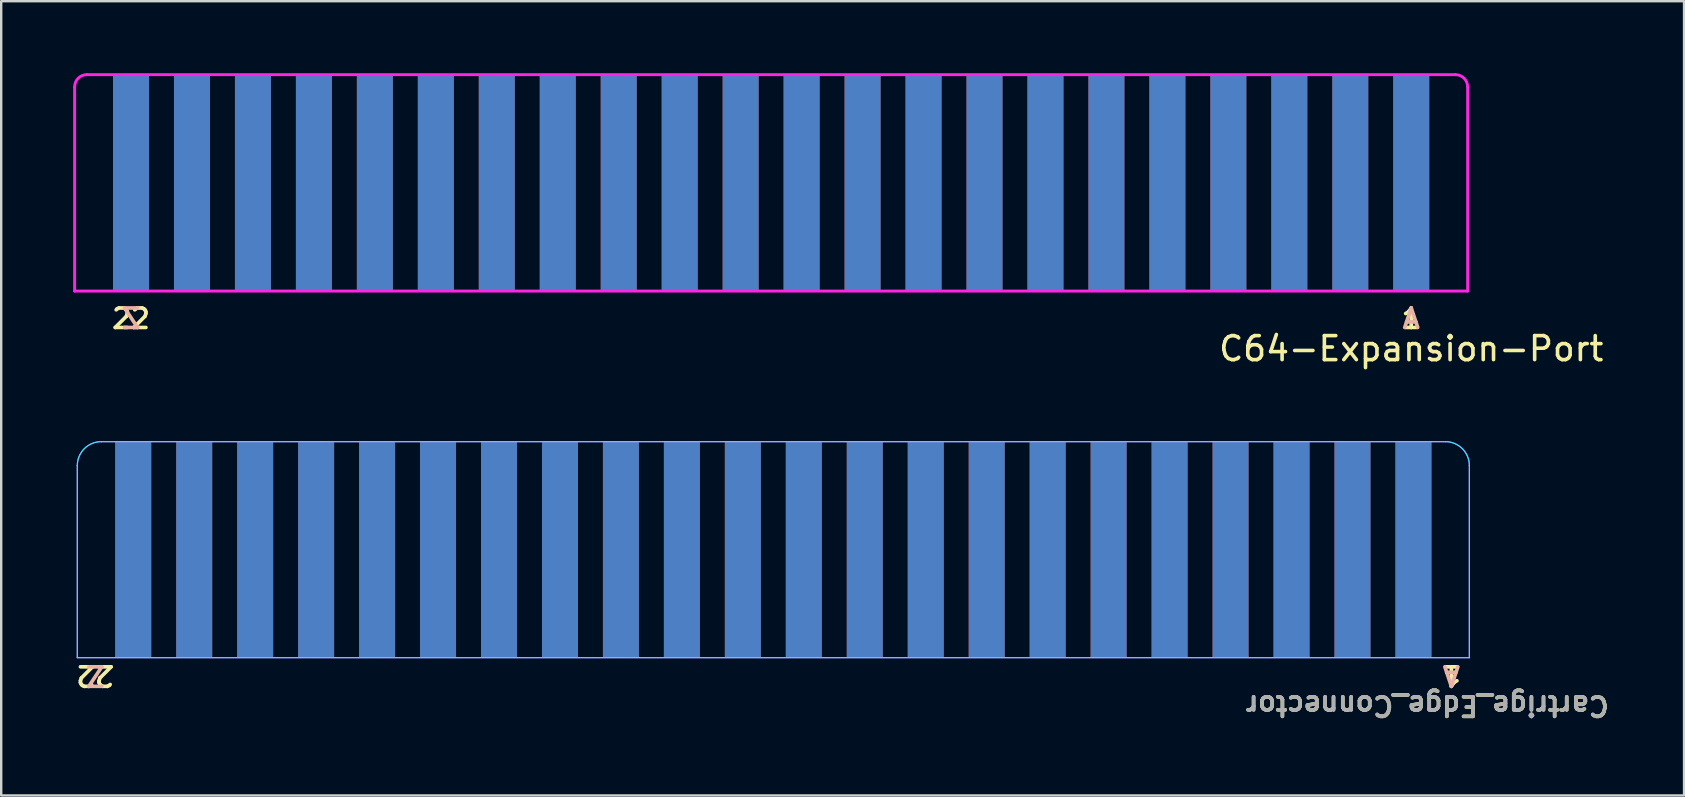
<source format=kicad_pcb>
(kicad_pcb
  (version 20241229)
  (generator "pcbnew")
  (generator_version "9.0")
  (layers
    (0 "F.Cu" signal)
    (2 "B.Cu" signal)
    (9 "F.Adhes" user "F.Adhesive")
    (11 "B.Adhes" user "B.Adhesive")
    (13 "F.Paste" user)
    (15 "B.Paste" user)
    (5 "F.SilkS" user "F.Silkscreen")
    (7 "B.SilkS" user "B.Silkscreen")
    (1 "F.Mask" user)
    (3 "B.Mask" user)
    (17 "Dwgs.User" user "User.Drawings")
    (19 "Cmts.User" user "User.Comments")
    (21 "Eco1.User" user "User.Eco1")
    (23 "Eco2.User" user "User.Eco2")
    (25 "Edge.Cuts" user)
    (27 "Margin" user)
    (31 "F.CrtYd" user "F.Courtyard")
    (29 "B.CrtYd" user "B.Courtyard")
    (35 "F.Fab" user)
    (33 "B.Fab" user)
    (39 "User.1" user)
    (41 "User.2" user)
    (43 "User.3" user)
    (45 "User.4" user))
  (footprint "C64-Expansion-Port"
    (layer "F.Cu")
    (at 29.079 4.569)
    (property "Reference" "C64-Expansion-Port" (at 26.67 6.909 0) (layer "F.SilkS") (effects (font (size 1 1) (thickness 0.15))))
    (attr through_hole)
    (fp_poly (pts (xy -29 4.5) (xy 29 4.5) (xy 29 -4.5) (xy -29 -4.5)) (stroke (width 0) (type solid)) (fill yes) (layer "F.Mask"))
    (fp_poly (pts (xy -29 4.5) (xy 29 4.5) (xy 29 -4.5) (xy -29 -4.5)) (stroke (width 0) (type solid)) (fill yes) (layer "B.Mask"))
    (fp_line (start -29.02 4.508) (end -29.02 -4) (stroke (width 0.12) (type solid)) (layer "F.CrtYd"))
    (fp_line (start -28.512 -4.508) (end 28.512 -4.508) (stroke (width 0.12) (type solid)) (layer "F.CrtYd"))
    (fp_line (start 29.02 -4) (end 29.02 4.508) (stroke (width 0.12) (type solid)) (layer "F.CrtYd"))
    (fp_line (start 29.02 4.508) (end -29.02 4.508) (stroke (width 0.12) (type solid)) (layer "F.CrtYd"))
    (fp_arc (start -29.0195 -4.0005) (mid -28.87071 -4.35971) (end -28.5115 -4.5085) (stroke (width 0.12) (type solid)) (layer "F.CrtYd"))
    (fp_arc (start 28.5115 -4.5085) (mid 28.87071 -4.35971) (end 29.0195 -4.0005) (stroke (width 0.12) (type solid)) (layer "F.CrtYd"))
    (fp_text user "22" (at -26.67 6.132 0) (layer "F.SilkS") (effects (font (size 0.813 0.813) (thickness 0.152)) (justify bottom)))
    (fp_text user "1" (at 26.67 6.132 0) (layer "F.SilkS") (effects (font (size 0.813 0.813) (thickness 0.152)) (justify bottom)))
    (fp_text user "Z" (at -26.67 6.132 0) (layer "B.SilkS") (effects (font (size 0.813 0.813) (thickness 0.152)) (justify bottom mirror)))
    (fp_text user "A" (at 26.67 6.132 0) (layer "B.SilkS") (effects (font (size 0.813 0.813) (thickness 0.152)) (justify bottom mirror)))
    (pad "1" smd rect (at 26.67 0) (size 1.5 9) (layers "F.Cu" "F.Mask"))
    (pad "2" smd rect (at 24.13 0) (size 1.5 9) (layers "F.Cu" "F.Mask"))
    (pad "3" smd rect (at 21.59 0) (size 1.5 9) (layers "F.Cu" "F.Mask"))
    (pad "4" smd rect (at 19.05 0) (size 1.5 9) (layers "F.Cu" "F.Mask"))
    (pad "5" smd rect (at 16.51 0) (size 1.5 9) (layers "F.Cu" "F.Mask"))
    (pad "6" smd rect (at 13.97 0) (size 1.5 9) (layers "F.Cu" "F.Mask"))
    (pad "7" smd rect (at 11.43 0) (size 1.5 9) (layers "F.Cu" "F.Mask"))
    (pad "8" smd rect (at 8.89 0) (size 1.5 9) (layers "F.Cu" "F.Mask"))
    (pad "9" smd rect (at 6.35 0) (size 1.5 9) (layers "F.Cu" "F.Mask"))
    (pad "10" smd rect (at 3.81 0) (size 1.5 9) (layers "F.Cu" "F.Mask"))
    (pad "11" smd rect (at 1.27 0) (size 1.5 9) (layers "F.Cu" "F.Mask"))
    (pad "12" smd rect (at -1.27 0) (size 1.5 9) (layers "F.Cu" "F.Mask"))
    (pad "13" smd rect (at -3.81 0) (size 1.5 9) (layers "F.Cu" "F.Mask"))
    (pad "14" smd rect (at -6.35 0) (size 1.5 9) (layers "F.Cu" "F.Mask"))
    (pad "15" smd rect (at -8.89 0) (size 1.5 9) (layers "F.Cu" "F.Mask"))
    (pad "16" smd rect (at -11.43 0) (size 1.5 9) (layers "F.Cu" "F.Mask"))
    (pad "17" smd rect (at -13.97 0) (size 1.5 9) (layers "F.Cu" "F.Mask"))
    (pad "18" smd rect (at -16.51 0) (size 1.5 9) (layers "F.Cu" "F.Mask"))
    (pad "19" smd rect (at -19.05 0) (size 1.5 9) (layers "F.Cu" "F.Mask"))
    (pad "20" smd rect (at -21.59 0) (size 1.5 9) (layers "F.Cu" "F.Mask"))
    (pad "21" smd rect (at -24.13 0) (size 1.5 9) (layers "F.Cu" "F.Mask"))
    (pad "22" smd rect (at -26.67 0) (size 1.5 9) (layers "F.Cu" "F.Mask"))
    (pad "23" smd rect (at 26.67 0) (size 1.5 9) (layers "F.Mask" "B.Cu"))
    (pad "24" smd rect (at 24.13 0) (size 1.5 9) (layers "F.Mask" "B.Cu"))
    (pad "25" smd rect (at 21.59 0) (size 1.5 9) (layers "F.Mask" "B.Cu"))
    (pad "26" smd rect (at 19.05 0) (size 1.5 9) (layers "F.Mask" "B.Cu"))
    (pad "27" smd rect (at 16.51 0) (size 1.5 9) (layers "F.Mask" "B.Cu"))
    (pad "28" smd rect (at 13.97 0) (size 1.5 9) (layers "F.Mask" "B.Cu"))
    (pad "29" smd rect (at 11.43 0) (size 1.5 9) (layers "F.Mask" "B.Cu"))
    (pad "30" smd rect (at 8.89 0) (size 1.5 9) (layers "F.Mask" "B.Cu"))
    (pad "31" smd rect (at 6.35 0) (size 1.5 9) (layers "F.Mask" "B.Cu"))
    (pad "32" smd rect (at 3.81 0) (size 1.5 9) (layers "F.Mask" "B.Cu"))
    (pad "33" smd rect (at 1.27 0) (size 1.5 9) (layers "F.Mask" "B.Cu"))
    (pad "34" smd rect (at -1.27 0) (size 1.5 9) (layers "F.Mask" "B.Cu"))
    (pad "35" smd rect (at -3.81 0) (size 1.5 9) (layers "F.Mask" "B.Cu"))
    (pad "36" smd rect (at -6.35 0) (size 1.5 9) (layers "F.Mask" "B.Cu"))
    (pad "37" smd rect (at -8.89 0) (size 1.5 9) (layers "F.Mask" "B.Cu"))
    (pad "38" smd rect (at -11.43 0) (size 1.5 9) (layers "F.Mask" "B.Cu"))
    (pad "39" smd rect (at -13.97 0) (size 1.5 9) (layers "F.Mask" "B.Cu"))
    (pad "40" smd rect (at -16.51 0) (size 1.5 9) (layers "F.Mask" "B.Cu"))
    (pad "41" smd rect (at -19.05 0) (size 1.5 9) (layers "F.Mask" "B.Cu"))
    (pad "42" smd rect (at -21.59 0) (size 1.5 9) (layers "F.Mask" "B.Cu"))
    (pad "43" smd rect (at -24.13 0) (size 1.5 9) (layers "F.Mask" "B.Cu"))
    (pad "44" smd rect (at -26.67 0) (size 1.5 9) (layers "F.Mask" "B.Cu")))
  (footprint "Cartrige_Edge_Connector"
    (layer "F.Cu")
    (at 29.171 19.851)
    (property "Reference" "Cartrige_Edge_Connector" (at 27.25 6.5 180) (unlocked yes) (layer "F.SilkS") (effects (font (size 0.813 0.813) (thickness 0.152))))
    (attr through_hole)
    (fp_rect (start -29 4.5) (end 29 -4.5) (stroke (width 0.05) (type solid)) (fill yes) (layer "F.Mask"))
    (fp_rect (start -29 4.5) (end 29 -4.5) (stroke (width 0.05) (type solid)) (fill yes) (layer "B.Mask"))
    (fp_line (start -29 4.5) (end -29 -3.5) (stroke (width 0.05) (type solid)) (layer "B.CrtYd"))
    (fp_line (start -28 -4.5) (end 28 -4.5) (stroke (width 0.05) (type solid)) (layer "B.CrtYd"))
    (fp_line (start 29 -3.5) (end 29 4.5) (stroke (width 0.05) (type solid)) (layer "B.CrtYd"))
    (fp_line (start 29 4.5) (end -29 4.5) (stroke (width 0.05) (type solid)) (layer "B.CrtYd"))
    (fp_arc (start -29 -3.5) (mid -28.707107 -4.207107) (end -28 -4.5) (stroke (width 0.05) (type solid)) (layer "B.CrtYd"))
    (fp_arc (start 28 -4.5) (mid 28.707107 -4.207107) (end 29 -3.5) (stroke (width 0.05) (type solid)) (layer "B.CrtYd"))
    (fp_line (start -29 4.5) (end -29 -3.5) (stroke (width 0.05) (type solid)) (layer "F.CrtYd"))
    (fp_line (start 28 -4.5) (end -28 -4.5) (stroke (width 0.05) (type solid)) (layer "F.CrtYd"))
    (fp_line (start 29 4.5) (end -29 4.5) (stroke (width 0.05) (type solid)) (layer "F.CrtYd"))
    (fp_line (start 29 4.5) (end 29 -3.5) (stroke (width 0.05) (type solid)) (layer "F.CrtYd"))
    (fp_arc (start -29 -3.5) (mid -28.707106 -4.207106) (end -28 -4.5) (stroke (width 0.05) (type solid)) (layer "F.CrtYd"))
    (fp_arc (start 28 -4.5) (mid 28.707106 -4.207106) (end 29 -3.5) (stroke (width 0.05) (type solid)) (layer "F.CrtYd"))
    (fp_text user "1" (at 28.25 5.25 180) (unlocked yes) (layer "F.SilkS") (effects (font (size 0.813 0.813) (thickness 0.152))))
    (fp_text user "22" (at -28.25 5.25 180) (unlocked yes) (layer "F.SilkS") (effects (font (size 0.813 0.813) (thickness 0.152))))
    (fp_text user "A" (at 28.25 5.25 180) (unlocked yes) (layer "B.SilkS") (effects (font (size 0.813 0.813) (thickness 0.152))))
    (fp_text user "Z" (at -28.25 5.25 180) (unlocked yes) (layer "B.SilkS") (effects (font (size 0.813 0.813) (thickness 0.152))))
    (fp_text user "${REFERENCE}" (at 27.25 6.5 180) (unlocked yes) (layer "F.Fab") (effects (font (size 0.813 0.813) (thickness 0.152))))
    (pad "1" smd rect (at 26.67 0) (size 1.5 9) (layers "F.Cu" "F.Mask"))
    (pad "2" smd rect (at 24.13 0) (size 1.5 9) (layers "F.Cu" "F.Mask"))
    (pad "3" smd rect (at 21.59 0) (size 1.5 9) (layers "F.Cu" "F.Mask"))
    (pad "4" smd rect (at 19.05 0) (size 1.5 9) (layers "F.Cu" "F.Mask"))
    (pad "5" smd rect (at 16.51 0) (size 1.5 9) (layers "F.Cu" "F.Mask"))
    (pad "6" smd rect (at 13.97 0) (size 1.5 9) (layers "F.Cu" "F.Mask"))
    (pad "7" smd rect (at 11.43 0) (size 1.5 9) (layers "F.Cu" "F.Mask"))
    (pad "8" smd rect (at 8.89 0) (size 1.5 9) (layers "F.Cu" "F.Mask"))
    (pad "9" smd rect (at 6.35 0) (size 1.5 9) (layers "F.Cu" "F.Mask"))
    (pad "10" smd rect (at 3.81 0) (size 1.5 9) (layers "F.Cu" "F.Mask"))
    (pad "11" smd rect (at 1.27 0) (size 1.5 9) (layers "F.Cu" "F.Mask"))
    (pad "12" smd rect (at -1.27 0) (size 1.5 9) (layers "F.Cu" "F.Mask"))
    (pad "13" smd rect (at -3.81 0) (size 1.5 9) (layers "F.Cu" "F.Mask"))
    (pad "14" smd rect (at -6.35 0) (size 1.5 9) (layers "F.Cu" "F.Mask"))
    (pad "15" smd rect (at -8.89 0) (size 1.5 9) (layers "F.Cu" "F.Mask"))
    (pad "16" smd rect (at -11.43 0) (size 1.5 9) (layers "F.Cu" "F.Mask"))
    (pad "17" smd rect (at -13.97 0) (size 1.5 9) (layers "F.Cu" "F.Mask"))
    (pad "18" smd rect (at -16.51 0) (size 1.5 9) (layers "F.Cu" "F.Mask"))
    (pad "19" smd rect (at -19.05 0) (size 1.5 9) (layers "F.Cu" "F.Mask"))
    (pad "20" smd rect (at -21.59 0) (size 1.5 9) (layers "F.Cu" "F.Mask"))
    (pad "21" smd rect (at -24.13 0) (size 1.5 9) (layers "F.Cu" "F.Mask"))
    (pad "22" smd rect (at -26.67 0) (size 1.5 9) (layers "F.Cu" "F.Mask"))
    (pad "A" smd rect (at 26.67 0) (size 1.5 9) (layers "B.Cu" "B.Mask"))
    (pad "B" smd rect (at 24.13 0) (size 1.5 9) (layers "B.Cu" "B.Mask"))
    (pad "C" smd rect (at 21.59 0) (size 1.5 9) (layers "B.Cu" "B.Mask"))
    (pad "D" smd rect (at 19.05 0) (size 1.5 9) (layers "B.Cu" "B.Mask"))
    (pad "E" smd rect (at 16.51 0) (size 1.5 9) (layers "B.Cu" "B.Mask"))
    (pad "F" smd rect (at 13.97 0) (size 1.5 9) (layers "B.Cu" "B.Mask"))
    (pad "H" smd rect (at 11.43 0) (size 1.5 9) (layers "B.Cu" "B.Mask"))
    (pad "J" smd rect (at 8.89 0) (size 1.5 9) (layers "B.Cu" "B.Mask"))
    (pad "K" smd rect (at 6.35 0) (size 1.5 9) (layers "B.Cu" "B.Mask"))
    (pad "L" smd rect (at 3.81 0) (size 1.5 9) (layers "B.Cu" "B.Mask"))
    (pad "M" smd rect (at 1.27 0) (size 1.5 9) (layers "B.Cu" "B.Mask"))
    (pad "N" smd rect (at -1.27 0) (size 1.5 9) (layers "B.Cu" "B.Mask"))
    (pad "P" smd rect (at -3.81 0) (size 1.5 9) (layers "B.Cu" "B.Mask"))
    (pad "R" smd rect (at -6.35 0) (size 1.5 9) (layers "B.Cu" "B.Mask"))
    (pad "S" smd rect (at -8.89 0) (size 1.5 9) (layers "B.Cu" "B.Mask"))
    (pad "T" smd rect (at -11.43 0) (size 1.5 9) (layers "B.Cu" "B.Mask"))
    (pad "U" smd rect (at -13.97 0) (size 1.5 9) (layers "B.Cu" "B.Mask"))
    (pad "V" smd rect (at -16.51 0) (size 1.5 9) (layers "B.Cu" "B.Mask"))
    (pad "W" smd rect (at -19.05 0) (size 1.5 9) (layers "B.Cu" "B.Mask"))
    (pad "X" smd rect (at -21.59 0) (size 1.5 9) (layers "B.Cu" "B.Mask"))
    (pad "Y" smd rect (at -24.13 0) (size 1.5 9) (layers "B.Cu" "B.Mask"))
    (pad "Z" smd rect (at -26.67 0) (size 1.5 9) (layers "B.Cu" "B.Mask")))
  (gr_rect
    (start -3 -3)
    (end 67.116 30.093)
    (stroke (width 0.1) (type default))
    (fill no)
    (layer "Edge.Cuts")))
</source>
